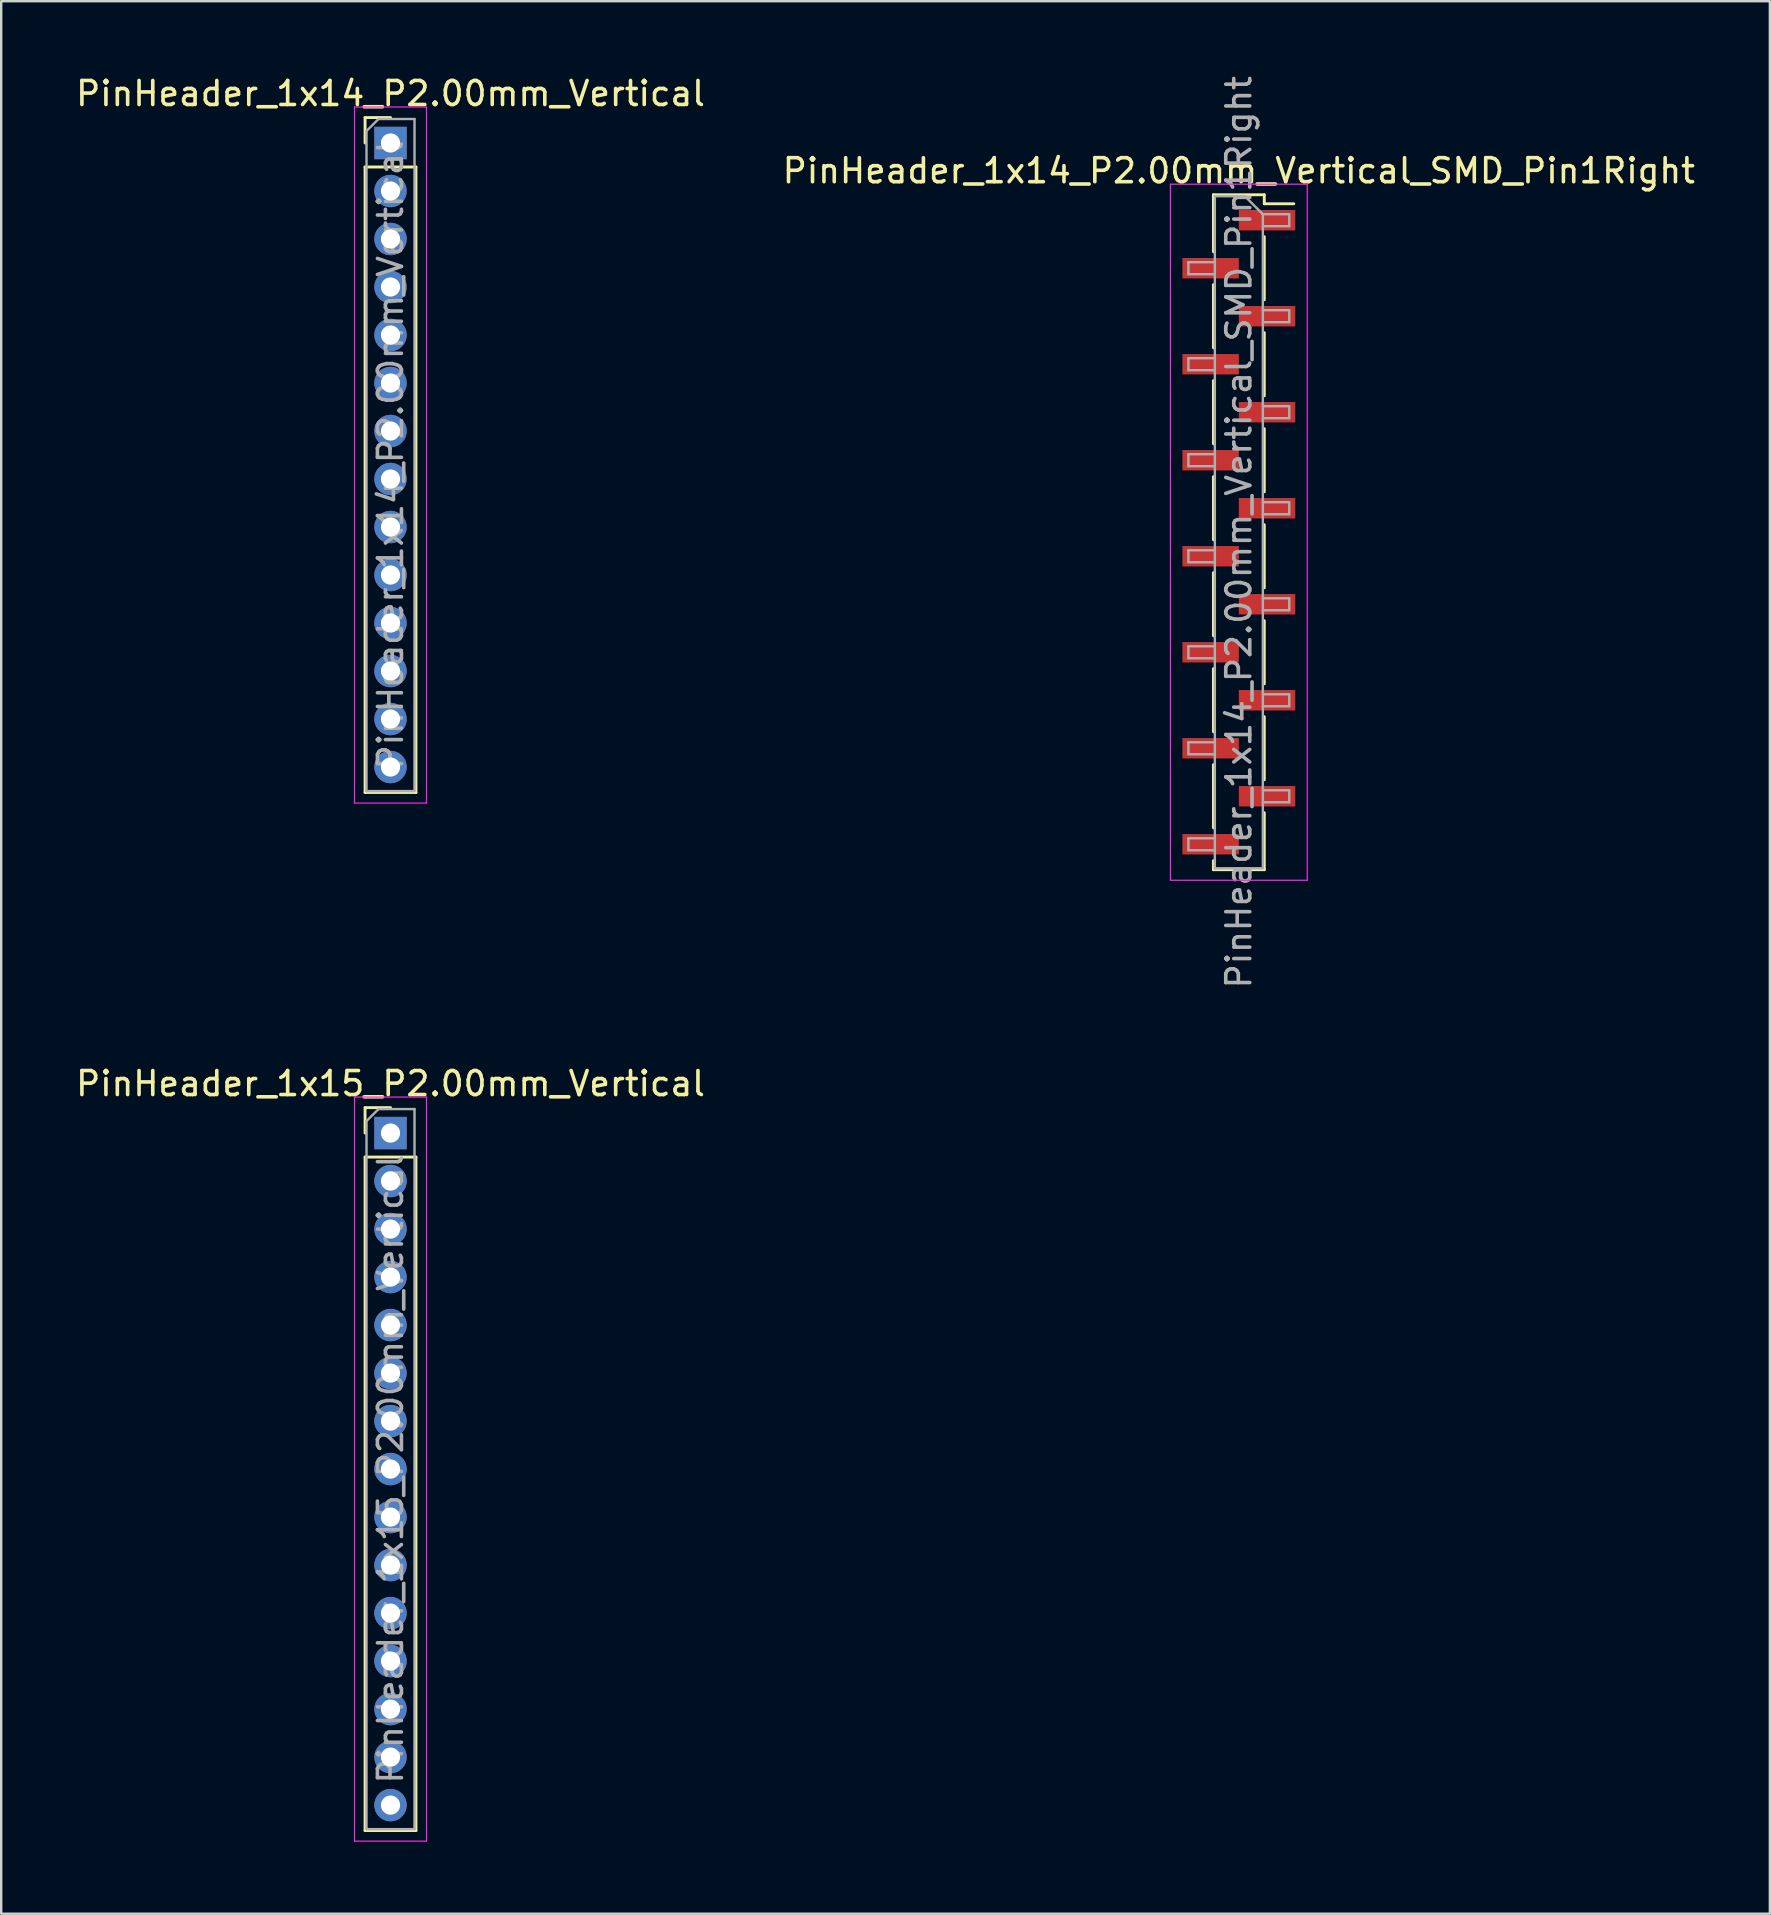
<source format=kicad_pcb>
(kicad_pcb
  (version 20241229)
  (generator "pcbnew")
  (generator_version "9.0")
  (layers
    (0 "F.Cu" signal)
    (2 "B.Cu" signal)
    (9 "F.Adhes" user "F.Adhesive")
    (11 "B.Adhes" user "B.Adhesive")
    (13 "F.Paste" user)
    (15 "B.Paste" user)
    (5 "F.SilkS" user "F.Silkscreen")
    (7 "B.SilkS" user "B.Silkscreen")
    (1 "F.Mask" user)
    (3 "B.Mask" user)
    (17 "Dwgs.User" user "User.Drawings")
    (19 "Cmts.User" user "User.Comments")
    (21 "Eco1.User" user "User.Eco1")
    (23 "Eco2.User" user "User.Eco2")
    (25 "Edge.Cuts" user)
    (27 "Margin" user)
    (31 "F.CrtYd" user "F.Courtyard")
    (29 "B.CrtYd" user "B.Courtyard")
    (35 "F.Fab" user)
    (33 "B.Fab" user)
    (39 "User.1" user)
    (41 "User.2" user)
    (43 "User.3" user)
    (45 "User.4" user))
  (footprint "PinHeader_1x14_P2.00mm_Vertical"
    (layer "F.Cu")
    (at 13.22 2.908)
    (property "Reference" "PinHeader_1x14_P2.00mm_Vertical" (at 0 -2.06 0) (layer "F.SilkS") (effects (font (size 1 1) (thickness 0.15))))
    (attr through_hole)
    (fp_line (start -1.06 -1.06) (end 0 -1.06) (stroke (width 0.12) (type solid)) (layer "F.SilkS"))
    (fp_line (start -1.06 0) (end -1.06 -1.06) (stroke (width 0.12) (type solid)) (layer "F.SilkS"))
    (fp_line (start -1.06 1) (end -1.06 27.06) (stroke (width 0.12) (type solid)) (layer "F.SilkS"))
    (fp_line (start -1.06 1) (end 1.06 1) (stroke (width 0.12) (type solid)) (layer "F.SilkS"))
    (fp_line (start -1.06 27.06) (end 1.06 27.06) (stroke (width 0.12) (type solid)) (layer "F.SilkS"))
    (fp_line (start 1.06 1) (end 1.06 27.06) (stroke (width 0.12) (type solid)) (layer "F.SilkS"))
    (fp_line (start -1.5 -1.5) (end -1.5 27.5) (stroke (width 0.05) (type solid)) (layer "F.CrtYd"))
    (fp_line (start -1.5 27.5) (end 1.5 27.5) (stroke (width 0.05) (type solid)) (layer "F.CrtYd"))
    (fp_line (start 1.5 -1.5) (end -1.5 -1.5) (stroke (width 0.05) (type solid)) (layer "F.CrtYd"))
    (fp_line (start 1.5 27.5) (end 1.5 -1.5) (stroke (width 0.05) (type solid)) (layer "F.CrtYd"))
    (fp_line (start -1 -0.5) (end -0.5 -1) (stroke (width 0.1) (type solid)) (layer "F.Fab"))
    (fp_line (start -1 27) (end -1 -0.5) (stroke (width 0.1) (type solid)) (layer "F.Fab"))
    (fp_line (start -0.5 -1) (end 1 -1) (stroke (width 0.1) (type solid)) (layer "F.Fab"))
    (fp_line (start 1 -1) (end 1 27) (stroke (width 0.1) (type solid)) (layer "F.Fab"))
    (fp_line (start 1 27) (end -1 27) (stroke (width 0.1) (type solid)) (layer "F.Fab"))
    (fp_text user "${REFERENCE}" (at 0 13 90) (layer "F.Fab") (effects (font (size 1 1) (thickness 0.15))))
    (pad "1" thru_hole rect (at 0 0) (size 1.35 1.35) (drill 0.8) (layers "*.Cu" "*.Mask"))
    (pad "2" thru_hole oval (at 0 2) (size 1.35 1.35) (drill 0.8) (layers "*.Cu" "*.Mask"))
    (pad "3" thru_hole oval (at 0 4) (size 1.35 1.35) (drill 0.8) (layers "*.Cu" "*.Mask"))
    (pad "4" thru_hole oval (at 0 6) (size 1.35 1.35) (drill 0.8) (layers "*.Cu" "*.Mask"))
    (pad "5" thru_hole oval (at 0 8) (size 1.35 1.35) (drill 0.8) (layers "*.Cu" "*.Mask"))
    (pad "6" thru_hole oval (at 0 10) (size 1.35 1.35) (drill 0.8) (layers "*.Cu" "*.Mask"))
    (pad "7" thru_hole oval (at 0 12) (size 1.35 1.35) (drill 0.8) (layers "*.Cu" "*.Mask"))
    (pad "8" thru_hole oval (at 0 14) (size 1.35 1.35) (drill 0.8) (layers "*.Cu" "*.Mask"))
    (pad "9" thru_hole oval (at 0 16) (size 1.35 1.35) (drill 0.8) (layers "*.Cu" "*.Mask"))
    (pad "10" thru_hole oval (at 0 18) (size 1.35 1.35) (drill 0.8) (layers "*.Cu" "*.Mask"))
    (pad "11" thru_hole oval (at 0 20) (size 1.35 1.35) (drill 0.8) (layers "*.Cu" "*.Mask"))
    (pad "12" thru_hole oval (at 0 22) (size 1.35 1.35) (drill 0.8) (layers "*.Cu" "*.Mask"))
    (pad "13" thru_hole oval (at 0 24) (size 1.35 1.35) (drill 0.8) (layers "*.Cu" "*.Mask"))
    (pad "14" thru_hole oval (at 0 26) (size 1.35 1.35) (drill 0.8) (layers "*.Cu" "*.Mask")))
  (footprint "PinHeader_1x14_P2.00mm_Vertical_SMD_Pin1Right"
    (layer "F.Cu")
    (at 48.565 19.125)
    (property "Reference" "PinHeader_1x14_P2.00mm_Vertical_SMD_Pin1Right" (at 0 -15.06 0) (layer "F.SilkS") (effects (font (size 1 1) (thickness 0.15))))
    (attr smd)
    (fp_line (start -1.06 -14.06) (end -1.06 -11.685) (stroke (width 0.12) (type solid)) (layer "F.SilkS"))
    (fp_line (start -1.06 -14.06) (end 1.06 -14.06) (stroke (width 0.12) (type solid)) (layer "F.SilkS"))
    (fp_line (start -1.06 -10.315) (end -1.06 -7.685) (stroke (width 0.12) (type solid)) (layer "F.SilkS"))
    (fp_line (start -1.06 -6.315) (end -1.06 -3.685) (stroke (width 0.12) (type solid)) (layer "F.SilkS"))
    (fp_line (start -1.06 -2.315) (end -1.06 0.315) (stroke (width 0.12) (type solid)) (layer "F.SilkS"))
    (fp_line (start -1.06 1.685) (end -1.06 4.315) (stroke (width 0.12) (type solid)) (layer "F.SilkS"))
    (fp_line (start -1.06 5.685) (end -1.06 8.315) (stroke (width 0.12) (type solid)) (layer "F.SilkS"))
    (fp_line (start -1.06 9.685) (end -1.06 12.315) (stroke (width 0.12) (type solid)) (layer "F.SilkS"))
    (fp_line (start -1.06 13.685) (end -1.06 14.06) (stroke (width 0.12) (type solid)) (layer "F.SilkS"))
    (fp_line (start -1.06 14.06) (end 1.06 14.06) (stroke (width 0.12) (type solid)) (layer "F.SilkS"))
    (fp_line (start 1.06 -14.06) (end 1.06 -13.685) (stroke (width 0.12) (type solid)) (layer "F.SilkS"))
    (fp_line (start 1.06 -13.685) (end 2.29 -13.685) (stroke (width 0.12) (type solid)) (layer "F.SilkS"))
    (fp_line (start 1.06 -12.315) (end 1.06 -9.685) (stroke (width 0.12) (type solid)) (layer "F.SilkS"))
    (fp_line (start 1.06 -8.315) (end 1.06 -5.685) (stroke (width 0.12) (type solid)) (layer "F.SilkS"))
    (fp_line (start 1.06 -4.315) (end 1.06 -1.685) (stroke (width 0.12) (type solid)) (layer "F.SilkS"))
    (fp_line (start 1.06 -0.315) (end 1.06 2.315) (stroke (width 0.12) (type solid)) (layer "F.SilkS"))
    (fp_line (start 1.06 3.685) (end 1.06 6.315) (stroke (width 0.12) (type solid)) (layer "F.SilkS"))
    (fp_line (start 1.06 7.685) (end 1.06 10.315) (stroke (width 0.12) (type solid)) (layer "F.SilkS"))
    (fp_line (start 1.06 11.685) (end 1.06 14.06) (stroke (width 0.12) (type solid)) (layer "F.SilkS"))
    (fp_line (start -2.85 -14.5) (end -2.85 14.5) (stroke (width 0.05) (type solid)) (layer "F.CrtYd"))
    (fp_line (start -2.85 14.5) (end 2.85 14.5) (stroke (width 0.05) (type solid)) (layer "F.CrtYd"))
    (fp_line (start 2.85 -14.5) (end -2.85 -14.5) (stroke (width 0.05) (type solid)) (layer "F.CrtYd"))
    (fp_line (start 2.85 14.5) (end 2.85 -14.5) (stroke (width 0.05) (type solid)) (layer "F.CrtYd"))
    (fp_line (start -2.1 -11.25) (end -2.1 -10.75) (stroke (width 0.1) (type solid)) (layer "F.Fab"))
    (fp_line (start -2.1 -10.75) (end -1 -10.75) (stroke (width 0.1) (type solid)) (layer "F.Fab"))
    (fp_line (start -2.1 -7.25) (end -2.1 -6.75) (stroke (width 0.1) (type solid)) (layer "F.Fab"))
    (fp_line (start -2.1 -6.75) (end -1 -6.75) (stroke (width 0.1) (type solid)) (layer "F.Fab"))
    (fp_line (start -2.1 -3.25) (end -2.1 -2.75) (stroke (width 0.1) (type solid)) (layer "F.Fab"))
    (fp_line (start -2.1 -2.75) (end -1 -2.75) (stroke (width 0.1) (type solid)) (layer "F.Fab"))
    (fp_line (start -2.1 0.75) (end -2.1 1.25) (stroke (width 0.1) (type solid)) (layer "F.Fab"))
    (fp_line (start -2.1 1.25) (end -1 1.25) (stroke (width 0.1) (type solid)) (layer "F.Fab"))
    (fp_line (start -2.1 4.75) (end -2.1 5.25) (stroke (width 0.1) (type solid)) (layer "F.Fab"))
    (fp_line (start -2.1 5.25) (end -1 5.25) (stroke (width 0.1) (type solid)) (layer "F.Fab"))
    (fp_line (start -2.1 8.75) (end -2.1 9.25) (stroke (width 0.1) (type solid)) (layer "F.Fab"))
    (fp_line (start -2.1 9.25) (end -1 9.25) (stroke (width 0.1) (type solid)) (layer "F.Fab"))
    (fp_line (start -2.1 12.75) (end -2.1 13.25) (stroke (width 0.1) (type solid)) (layer "F.Fab"))
    (fp_line (start -2.1 13.25) (end -1 13.25) (stroke (width 0.1) (type solid)) (layer "F.Fab"))
    (fp_line (start -1 -14) (end -1 14) (stroke (width 0.1) (type solid)) (layer "F.Fab"))
    (fp_line (start -1 -14) (end 0.25 -14) (stroke (width 0.1) (type solid)) (layer "F.Fab"))
    (fp_line (start -1 -11.25) (end -2.1 -11.25) (stroke (width 0.1) (type solid)) (layer "F.Fab"))
    (fp_line (start -1 -7.25) (end -2.1 -7.25) (stroke (width 0.1) (type solid)) (layer "F.Fab"))
    (fp_line (start -1 -3.25) (end -2.1 -3.25) (stroke (width 0.1) (type solid)) (layer "F.Fab"))
    (fp_line (start -1 0.75) (end -2.1 0.75) (stroke (width 0.1) (type solid)) (layer "F.Fab"))
    (fp_line (start -1 4.75) (end -2.1 4.75) (stroke (width 0.1) (type solid)) (layer "F.Fab"))
    (fp_line (start -1 8.75) (end -2.1 8.75) (stroke (width 0.1) (type solid)) (layer "F.Fab"))
    (fp_line (start -1 12.75) (end -2.1 12.75) (stroke (width 0.1) (type solid)) (layer "F.Fab"))
    (fp_line (start 1 -13.25) (end 0.25 -14) (stroke (width 0.1) (type solid)) (layer "F.Fab"))
    (fp_line (start 1 -13.25) (end 2.1 -13.25) (stroke (width 0.1) (type solid)) (layer "F.Fab"))
    (fp_line (start 1 -9.25) (end 2.1 -9.25) (stroke (width 0.1) (type solid)) (layer "F.Fab"))
    (fp_line (start 1 -5.25) (end 2.1 -5.25) (stroke (width 0.1) (type solid)) (layer "F.Fab"))
    (fp_line (start 1 -1.25) (end 2.1 -1.25) (stroke (width 0.1) (type solid)) (layer "F.Fab"))
    (fp_line (start 1 2.75) (end 2.1 2.75) (stroke (width 0.1) (type solid)) (layer "F.Fab"))
    (fp_line (start 1 6.75) (end 2.1 6.75) (stroke (width 0.1) (type solid)) (layer "F.Fab"))
    (fp_line (start 1 10.75) (end 2.1 10.75) (stroke (width 0.1) (type solid)) (layer "F.Fab"))
    (fp_line (start 1 14) (end -1 14) (stroke (width 0.1) (type solid)) (layer "F.Fab"))
    (fp_line (start 1 14) (end 1 -13.25) (stroke (width 0.1) (type solid)) (layer "F.Fab"))
    (fp_line (start 2.1 -13.25) (end 2.1 -12.75) (stroke (width 0.1) (type solid)) (layer "F.Fab"))
    (fp_line (start 2.1 -12.75) (end 1 -12.75) (stroke (width 0.1) (type solid)) (layer "F.Fab"))
    (fp_line (start 2.1 -9.25) (end 2.1 -8.75) (stroke (width 0.1) (type solid)) (layer "F.Fab"))
    (fp_line (start 2.1 -8.75) (end 1 -8.75) (stroke (width 0.1) (type solid)) (layer "F.Fab"))
    (fp_line (start 2.1 -5.25) (end 2.1 -4.75) (stroke (width 0.1) (type solid)) (layer "F.Fab"))
    (fp_line (start 2.1 -4.75) (end 1 -4.75) (stroke (width 0.1) (type solid)) (layer "F.Fab"))
    (fp_line (start 2.1 -1.25) (end 2.1 -0.75) (stroke (width 0.1) (type solid)) (layer "F.Fab"))
    (fp_line (start 2.1 -0.75) (end 1 -0.75) (stroke (width 0.1) (type solid)) (layer "F.Fab"))
    (fp_line (start 2.1 2.75) (end 2.1 3.25) (stroke (width 0.1) (type solid)) (layer "F.Fab"))
    (fp_line (start 2.1 3.25) (end 1 3.25) (stroke (width 0.1) (type solid)) (layer "F.Fab"))
    (fp_line (start 2.1 6.75) (end 2.1 7.25) (stroke (width 0.1) (type solid)) (layer "F.Fab"))
    (fp_line (start 2.1 7.25) (end 1 7.25) (stroke (width 0.1) (type solid)) (layer "F.Fab"))
    (fp_line (start 2.1 10.75) (end 2.1 11.25) (stroke (width 0.1) (type solid)) (layer "F.Fab"))
    (fp_line (start 2.1 11.25) (end 1 11.25) (stroke (width 0.1) (type solid)) (layer "F.Fab"))
    (fp_text user "${REFERENCE}" (at 0 0 90) (layer "F.Fab") (effects (font (size 1 1) (thickness 0.15))))
    (pad "1" smd rect (at 1.175 -13) (size 2.35 0.85) (layers "F.Cu" "F.Mask" "F.Paste"))
    (pad "2" smd rect (at -1.175 -11) (size 2.35 0.85) (layers "F.Cu" "F.Mask" "F.Paste"))
    (pad "3" smd rect (at 1.175 -9) (size 2.35 0.85) (layers "F.Cu" "F.Mask" "F.Paste"))
    (pad "4" smd rect (at -1.175 -7) (size 2.35 0.85) (layers "F.Cu" "F.Mask" "F.Paste"))
    (pad "5" smd rect (at 1.175 -5) (size 2.35 0.85) (layers "F.Cu" "F.Mask" "F.Paste"))
    (pad "6" smd rect (at -1.175 -3) (size 2.35 0.85) (layers "F.Cu" "F.Mask" "F.Paste"))
    (pad "7" smd rect (at 1.175 -1) (size 2.35 0.85) (layers "F.Cu" "F.Mask" "F.Paste"))
    (pad "8" smd rect (at -1.175 1) (size 2.35 0.85) (layers "F.Cu" "F.Mask" "F.Paste"))
    (pad "9" smd rect (at 1.175 3) (size 2.35 0.85) (layers "F.Cu" "F.Mask" "F.Paste"))
    (pad "10" smd rect (at -1.175 5) (size 2.35 0.85) (layers "F.Cu" "F.Mask" "F.Paste"))
    (pad "11" smd rect (at 1.175 7) (size 2.35 0.85) (layers "F.Cu" "F.Mask" "F.Paste"))
    (pad "12" smd rect (at -1.175 9) (size 2.35 0.85) (layers "F.Cu" "F.Mask" "F.Paste"))
    (pad "13" smd rect (at 1.175 11) (size 2.35 0.85) (layers "F.Cu" "F.Mask" "F.Paste"))
    (pad "14" smd rect (at -1.175 13) (size 2.35 0.85) (layers "F.Cu" "F.Mask" "F.Paste")))
  (footprint "PinHeader_1x15_P2.00mm_Vertical"
    (layer "F.Cu")
    (at 13.22 44.158)
    (property "Reference" "PinHeader_1x15_P2.00mm_Vertical" (at 0 -2.06 0) (layer "F.SilkS") (effects (font (size 1 1) (thickness 0.15))))
    (attr through_hole)
    (fp_line (start -1.06 -1.06) (end 0 -1.06) (stroke (width 0.12) (type solid)) (layer "F.SilkS"))
    (fp_line (start -1.06 0) (end -1.06 -1.06) (stroke (width 0.12) (type solid)) (layer "F.SilkS"))
    (fp_line (start -1.06 1) (end -1.06 29.06) (stroke (width 0.12) (type solid)) (layer "F.SilkS"))
    (fp_line (start -1.06 1) (end 1.06 1) (stroke (width 0.12) (type solid)) (layer "F.SilkS"))
    (fp_line (start -1.06 29.06) (end 1.06 29.06) (stroke (width 0.12) (type solid)) (layer "F.SilkS"))
    (fp_line (start 1.06 1) (end 1.06 29.06) (stroke (width 0.12) (type solid)) (layer "F.SilkS"))
    (fp_line (start -1.5 -1.5) (end -1.5 29.5) (stroke (width 0.05) (type solid)) (layer "F.CrtYd"))
    (fp_line (start -1.5 29.5) (end 1.5 29.5) (stroke (width 0.05) (type solid)) (layer "F.CrtYd"))
    (fp_line (start 1.5 -1.5) (end -1.5 -1.5) (stroke (width 0.05) (type solid)) (layer "F.CrtYd"))
    (fp_line (start 1.5 29.5) (end 1.5 -1.5) (stroke (width 0.05) (type solid)) (layer "F.CrtYd"))
    (fp_line (start -1 -0.5) (end -0.5 -1) (stroke (width 0.1) (type solid)) (layer "F.Fab"))
    (fp_line (start -1 29) (end -1 -0.5) (stroke (width 0.1) (type solid)) (layer "F.Fab"))
    (fp_line (start -0.5 -1) (end 1 -1) (stroke (width 0.1) (type solid)) (layer "F.Fab"))
    (fp_line (start 1 -1) (end 1 29) (stroke (width 0.1) (type solid)) (layer "F.Fab"))
    (fp_line (start 1 29) (end -1 29) (stroke (width 0.1) (type solid)) (layer "F.Fab"))
    (fp_text user "${REFERENCE}" (at 0 14 90) (layer "F.Fab") (effects (font (size 1 1) (thickness 0.15))))
    (pad "1" thru_hole rect (at 0 0) (size 1.35 1.35) (drill 0.8) (layers "*.Cu" "*.Mask"))
    (pad "2" thru_hole oval (at 0 2) (size 1.35 1.35) (drill 0.8) (layers "*.Cu" "*.Mask"))
    (pad "3" thru_hole oval (at 0 4) (size 1.35 1.35) (drill 0.8) (layers "*.Cu" "*.Mask"))
    (pad "4" thru_hole oval (at 0 6) (size 1.35 1.35) (drill 0.8) (layers "*.Cu" "*.Mask"))
    (pad "5" thru_hole oval (at 0 8) (size 1.35 1.35) (drill 0.8) (layers "*.Cu" "*.Mask"))
    (pad "6" thru_hole oval (at 0 10) (size 1.35 1.35) (drill 0.8) (layers "*.Cu" "*.Mask"))
    (pad "7" thru_hole oval (at 0 12) (size 1.35 1.35) (drill 0.8) (layers "*.Cu" "*.Mask"))
    (pad "8" thru_hole oval (at 0 14) (size 1.35 1.35) (drill 0.8) (layers "*.Cu" "*.Mask"))
    (pad "9" thru_hole oval (at 0 16) (size 1.35 1.35) (drill 0.8) (layers "*.Cu" "*.Mask"))
    (pad "10" thru_hole oval (at 0 18) (size 1.35 1.35) (drill 0.8) (layers "*.Cu" "*.Mask"))
    (pad "11" thru_hole oval (at 0 20) (size 1.35 1.35) (drill 0.8) (layers "*.Cu" "*.Mask"))
    (pad "12" thru_hole oval (at 0 22) (size 1.35 1.35) (drill 0.8) (layers "*.Cu" "*.Mask"))
    (pad "13" thru_hole oval (at 0 24) (size 1.35 1.35) (drill 0.8) (layers "*.Cu" "*.Mask"))
    (pad "14" thru_hole oval (at 0 26) (size 1.35 1.35) (drill 0.8) (layers "*.Cu" "*.Mask"))
    (pad "15" thru_hole oval (at 0 28) (size 1.35 1.35) (drill 0.8) (layers "*.Cu" "*.Mask")))
  (gr_rect
    (start -3 -3)
    (end 70.69 76.683)
    (stroke (width 0.1) (type default))
    (fill no)
    (layer "Edge.Cuts")))
</source>
